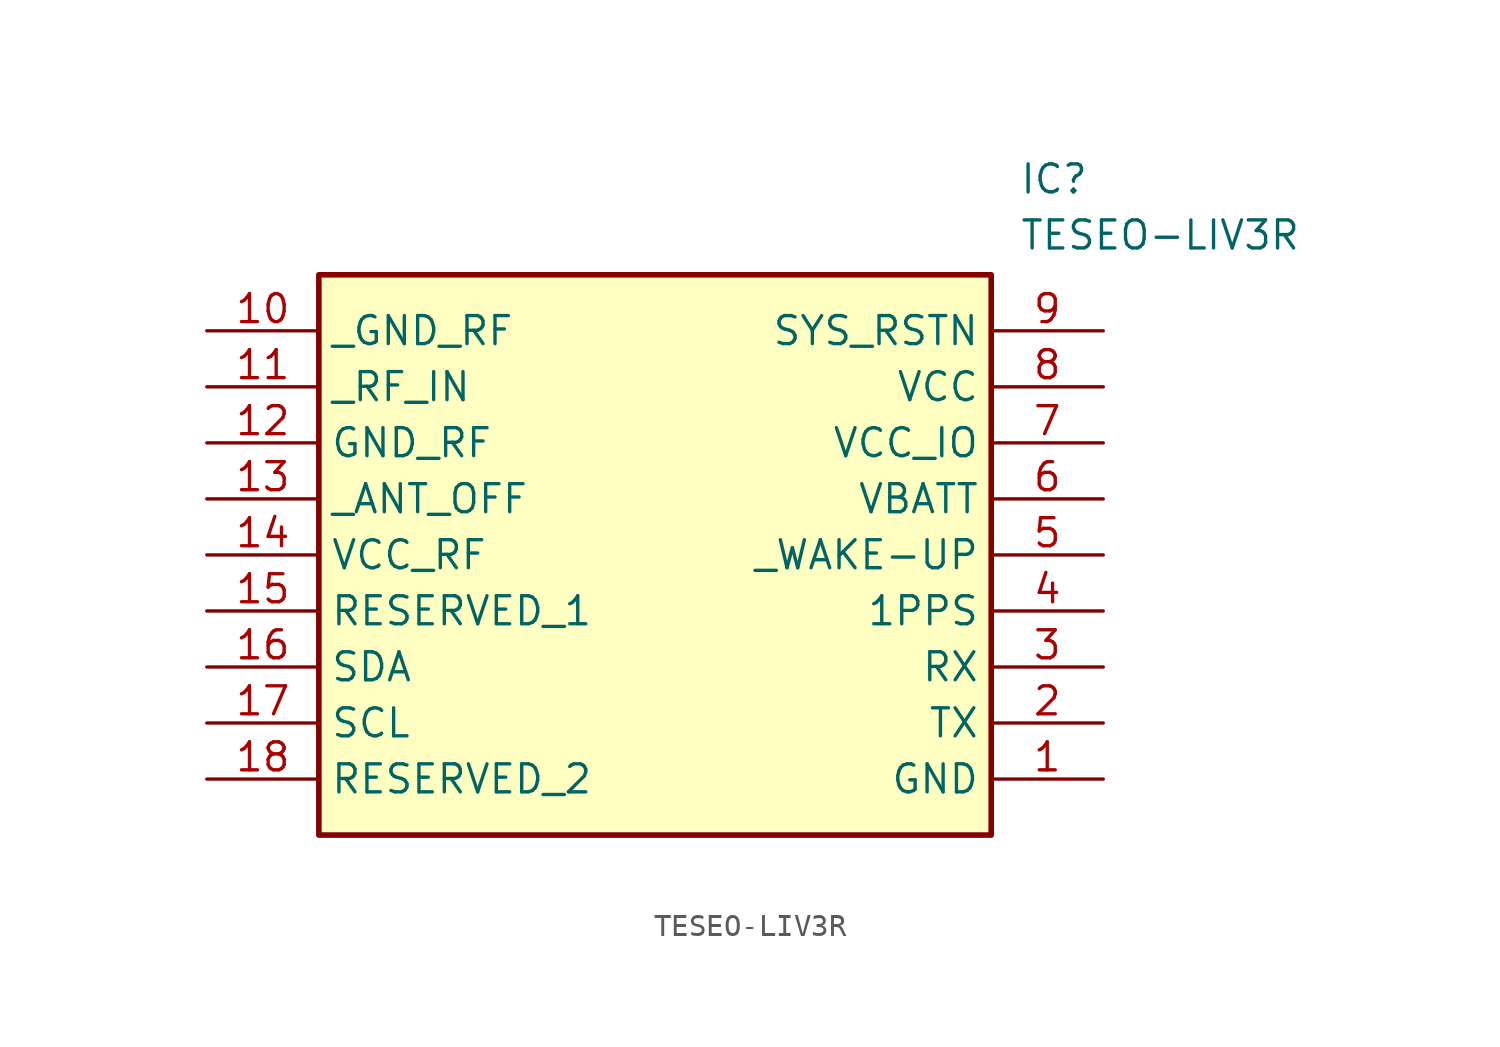
<source format=kicad_sym>
(kicad_symbol_lib
  (version 20211014)
  (generator SamacSys_ECAD_Model)
  (symbol "TESEO-LIV3R"
    (property "Reference" "IC"
      (at 36.83 7.62 0)
      (effects (font (size 1.27 1.27)) (justify left top)))
    (property "Value" "TESEO-LIV3R"
      (at 36.83 5.08 0)
      (effects (font (size 1.27 1.27)) (justify left top)))
    (rectangle
      (start 5.08 2.54)
      (end 35.56 -22.86)
      (stroke (width 0.254) (type default))
      (fill (type background)))
    (pin passive line
      (at 40.64 -20.32 180)
      (length 5.08)
      (name "GND" (effects (font (size 1.27 1.27))))
      (number "1" (effects (font (size 1.27 1.27)))))
    (pin passive line
      (at 40.64 -17.78 180)
      (length 5.08)
      (name "TX" (effects (font (size 1.27 1.27))))
      (number "2" (effects (font (size 1.27 1.27)))))
    (pin passive line
      (at 40.64 -15.24 180)
      (length 5.08)
      (name "RX" (effects (font (size 1.27 1.27))))
      (number "3" (effects (font (size 1.27 1.27)))))
    (pin passive line
      (at 40.64 -12.7 180)
      (length 5.08)
      (name "1PPS" (effects (font (size 1.27 1.27))))
      (number "4" (effects (font (size 1.27 1.27)))))
    (pin passive line
      (at 40.64 -10.16 180)
      (length 5.08)
      (name "_WAKE-UP" (effects (font (size 1.27 1.27))))
      (number "5" (effects (font (size 1.27 1.27)))))
    (pin passive line
      (at 40.64 -7.62 180)
      (length 5.08)
      (name "VBATT" (effects (font (size 1.27 1.27))))
      (number "6" (effects (font (size 1.27 1.27)))))
    (pin passive line
      (at 40.64 -5.08 180)
      (length 5.08)
      (name "VCC_IO" (effects (font (size 1.27 1.27))))
      (number "7" (effects (font (size 1.27 1.27)))))
    (pin passive line
      (at 40.64 -2.54 180)
      (length 5.08)
      (name "VCC" (effects (font (size 1.27 1.27))))
      (number "8" (effects (font (size 1.27 1.27)))))
    (pin passive line
      (at 40.64 0 180)
      (length 5.08)
      (name "SYS_RSTN" (effects (font (size 1.27 1.27))))
      (number "9" (effects (font (size 1.27 1.27)))))
    (pin passive line
      (at 0 0 0)
      (length 5.08)
      (name "_GND_RF" (effects (font (size 1.27 1.27))))
      (number "10" (effects (font (size 1.27 1.27)))))
    (pin passive line
      (at 0 -2.54 0)
      (length 5.08)
      (name "_RF_IN" (effects (font (size 1.27 1.27))))
      (number "11" (effects (font (size 1.27 1.27)))))
    (pin passive line
      (at 0 -5.08 0)
      (length 5.08)
      (name "GND_RF" (effects (font (size 1.27 1.27))))
      (number "12" (effects (font (size 1.27 1.27)))))
    (pin passive line
      (at 0 -7.62 0)
      (length 5.08)
      (name "_ANT_OFF" (effects (font (size 1.27 1.27))))
      (number "13" (effects (font (size 1.27 1.27)))))
    (pin passive line
      (at 0 -10.16 0)
      (length 5.08)
      (name "VCC_RF" (effects (font (size 1.27 1.27))))
      (number "14" (effects (font (size 1.27 1.27)))))
    (pin passive line
      (at 0 -12.7 0)
      (length 5.08)
      (name "RESERVED_1" (effects (font (size 1.27 1.27))))
      (number "15" (effects (font (size 1.27 1.27)))))
    (pin passive line
      (at 0 -15.24 0)
      (length 5.08)
      (name "SDA" (effects (font (size 1.27 1.27))))
      (number "16" (effects (font (size 1.27 1.27)))))
    (pin passive line
      (at 0 -17.78 0)
      (length 5.08)
      (name "SCL" (effects (font (size 1.27 1.27))))
      (number "17" (effects (font (size 1.27 1.27)))))
    (pin passive line
      (at 0 -20.32 0)
      (length 5.08)
      (name "RESERVED_2" (effects (font (size 1.27 1.27))))
      (number "18" (effects (font (size 1.27 1.27)))))))
</source>
